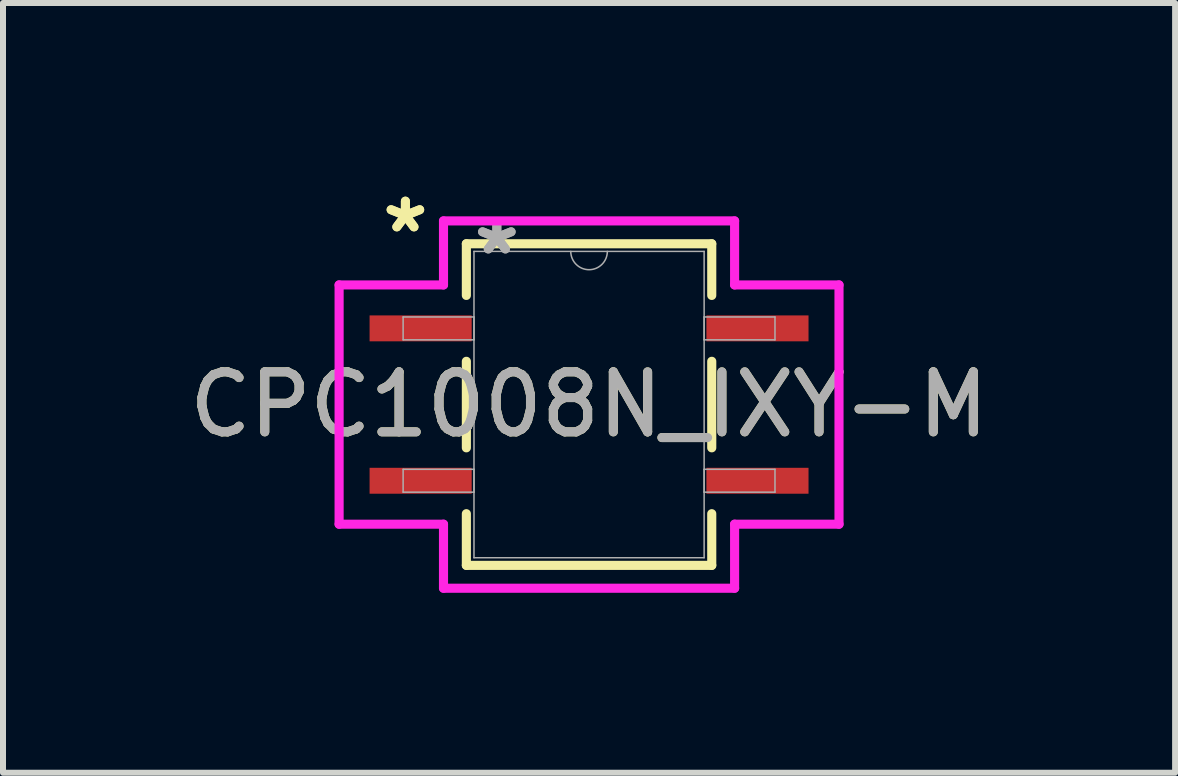
<source format=kicad_pcb>
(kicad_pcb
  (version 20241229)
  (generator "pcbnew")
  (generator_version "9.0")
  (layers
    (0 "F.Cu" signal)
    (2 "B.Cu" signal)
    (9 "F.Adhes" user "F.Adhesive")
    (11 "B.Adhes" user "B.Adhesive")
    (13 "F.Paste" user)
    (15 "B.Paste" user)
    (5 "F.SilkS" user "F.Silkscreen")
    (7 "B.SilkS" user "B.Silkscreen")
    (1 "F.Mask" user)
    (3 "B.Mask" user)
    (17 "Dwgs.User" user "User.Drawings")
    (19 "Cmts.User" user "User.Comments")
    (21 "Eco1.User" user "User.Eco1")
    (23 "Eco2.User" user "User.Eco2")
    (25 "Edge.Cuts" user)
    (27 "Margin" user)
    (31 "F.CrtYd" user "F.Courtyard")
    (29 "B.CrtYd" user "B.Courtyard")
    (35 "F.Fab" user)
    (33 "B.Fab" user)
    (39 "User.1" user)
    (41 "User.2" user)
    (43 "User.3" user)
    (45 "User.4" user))
  (footprint "CPC1008N_IXY-M"
    (layer "F.Cu")
    (at 6.768 3.693)
    (property "Reference" "CPC1008N_IXY-M" (at 0 0 0) (unlocked yes) (layer "F.SilkS") (effects (font (size 1 1) (thickness 0.15))))
    (attr smd)
    (fp_line (start -2.045 -2.68) (end -2.045 -1.819) (stroke (width 0.152) (type solid)) (layer "F.SilkS"))
    (fp_line (start -2.045 -0.721) (end -2.045 0.721) (stroke (width 0.152) (type solid)) (layer "F.SilkS"))
    (fp_line (start -2.045 1.819) (end -2.045 2.68) (stroke (width 0.152) (type solid)) (layer "F.SilkS"))
    (fp_line (start -2.045 2.68) (end 2.045 2.68) (stroke (width 0.152) (type solid)) (layer "F.SilkS"))
    (fp_line (start 2.045 -2.68) (end -2.045 -2.68) (stroke (width 0.152) (type solid)) (layer "F.SilkS"))
    (fp_line (start 2.045 -1.819) (end 2.045 -2.68) (stroke (width 0.152) (type solid)) (layer "F.SilkS"))
    (fp_line (start 2.045 0.721) (end 2.045 -0.721) (stroke (width 0.152) (type solid)) (layer "F.SilkS"))
    (fp_line (start 2.045 2.68) (end 2.045 1.819) (stroke (width 0.152) (type solid)) (layer "F.SilkS"))
    (fp_line (start -4.166 -1.994) (end -2.426 -1.994) (stroke (width 0.152) (type solid)) (layer "F.CrtYd"))
    (fp_line (start -4.166 1.994) (end -4.166 -1.994) (stroke (width 0.152) (type solid)) (layer "F.CrtYd"))
    (fp_line (start -4.166 1.994) (end -2.426 1.994) (stroke (width 0.152) (type solid)) (layer "F.CrtYd"))
    (fp_line (start -2.426 -3.061) (end 2.426 -3.061) (stroke (width 0.152) (type solid)) (layer "F.CrtYd"))
    (fp_line (start -2.426 -1.994) (end -2.426 -3.061) (stroke (width 0.152) (type solid)) (layer "F.CrtYd"))
    (fp_line (start -2.426 3.061) (end -2.426 1.994) (stroke (width 0.152) (type solid)) (layer "F.CrtYd"))
    (fp_line (start 2.426 -3.061) (end 2.426 -1.994) (stroke (width 0.152) (type solid)) (layer "F.CrtYd"))
    (fp_line (start 2.426 1.994) (end 2.426 3.061) (stroke (width 0.152) (type solid)) (layer "F.CrtYd"))
    (fp_line (start 2.426 3.061) (end -2.426 3.061) (stroke (width 0.152) (type solid)) (layer "F.CrtYd"))
    (fp_line (start 4.166 -1.994) (end 2.426 -1.994) (stroke (width 0.152) (type solid)) (layer "F.CrtYd"))
    (fp_line (start 4.166 -1.994) (end 4.166 1.994) (stroke (width 0.152) (type solid)) (layer "F.CrtYd"))
    (fp_line (start 4.166 1.994) (end 2.426 1.994) (stroke (width 0.152) (type solid)) (layer "F.CrtYd"))
    (fp_line (start -3.099 -1.46) (end -3.099 -1.079) (stroke (width 0.025) (type solid)) (layer "F.Fab"))
    (fp_line (start -3.099 -1.079) (end -1.918 -1.079) (stroke (width 0.025) (type solid)) (layer "F.Fab"))
    (fp_line (start -3.099 1.079) (end -3.099 1.46) (stroke (width 0.025) (type solid)) (layer "F.Fab"))
    (fp_line (start -3.099 1.46) (end -1.918 1.46) (stroke (width 0.025) (type solid)) (layer "F.Fab"))
    (fp_line (start -1.918 -2.553) (end -1.918 2.553) (stroke (width 0.025) (type solid)) (layer "F.Fab"))
    (fp_line (start -1.918 -1.46) (end -3.099 -1.46) (stroke (width 0.025) (type solid)) (layer "F.Fab"))
    (fp_line (start -1.918 -1.079) (end -1.918 -1.46) (stroke (width 0.025) (type solid)) (layer "F.Fab"))
    (fp_line (start -1.918 1.079) (end -3.099 1.079) (stroke (width 0.025) (type solid)) (layer "F.Fab"))
    (fp_line (start -1.918 1.46) (end -1.918 1.079) (stroke (width 0.025) (type solid)) (layer "F.Fab"))
    (fp_line (start -1.918 2.553) (end 1.918 2.553) (stroke (width 0.025) (type solid)) (layer "F.Fab"))
    (fp_line (start 1.918 -2.553) (end -1.918 -2.553) (stroke (width 0.025) (type solid)) (layer "F.Fab"))
    (fp_line (start 1.918 -1.46) (end 1.918 -1.079) (stroke (width 0.025) (type solid)) (layer "F.Fab"))
    (fp_line (start 1.918 -1.079) (end 3.099 -1.079) (stroke (width 0.025) (type solid)) (layer "F.Fab"))
    (fp_line (start 1.918 1.079) (end 1.918 1.46) (stroke (width 0.025) (type solid)) (layer "F.Fab"))
    (fp_line (start 1.918 1.46) (end 3.099 1.46) (stroke (width 0.025) (type solid)) (layer "F.Fab"))
    (fp_line (start 1.918 2.553) (end 1.918 -2.553) (stroke (width 0.025) (type solid)) (layer "F.Fab"))
    (fp_line (start 3.099 -1.46) (end 1.918 -1.46) (stroke (width 0.025) (type solid)) (layer "F.Fab"))
    (fp_line (start 3.099 -1.079) (end 3.099 -1.46) (stroke (width 0.025) (type solid)) (layer "F.Fab"))
    (fp_line (start 3.099 1.079) (end 1.918 1.079) (stroke (width 0.025) (type solid)) (layer "F.Fab"))
    (fp_line (start 3.099 1.46) (end 3.099 1.079) (stroke (width 0.025) (type solid)) (layer "F.Fab"))
    (fp_arc (start 0.3048 -2.5527) (mid 0 -2.2479) (end -0.3048 -2.5527) (stroke (width 0.0254) (type solid)) (layer "F.Fab"))
    (fp_text user "*" (at -3.061 -2.845 0) (unlocked yes) (layer "F.SilkS") (effects (font (size 1 1) (thickness 0.15))))
    (fp_text user "*" (at -3.061 -2.845 0) (layer "F.SilkS") (effects (font (size 1 1) (thickness 0.15))))
    (fp_text user "*" (at -1.537 -2.477 0) (layer "F.Fab") (effects (font (size 1 1) (thickness 0.15))))
    (fp_text user "*" (at -1.537 -2.477 0) (unlocked yes) (layer "F.Fab") (effects (font (size 1 1) (thickness 0.15))))
    (fp_text user "${REFERENCE}" (at 0 0 0) (unlocked yes) (layer "F.Fab") (effects (font (size 1 1) (thickness 0.15))))
    (pad "1" smd rect (at -2.807 -1.27) (size 1.702 0.432) (layers "F.Cu" "F.Mask" "F.Paste"))
    (pad "2" smd rect (at -2.807 1.27) (size 1.702 0.432) (layers "F.Cu" "F.Mask" "F.Paste"))
    (pad "3" smd rect (at 2.807 1.27) (size 1.702 0.432) (layers "F.Cu" "F.Mask" "F.Paste"))
    (pad "4" smd rect (at 2.807 -1.27) (size 1.702 0.432) (layers "F.Cu" "F.Mask" "F.Paste")))
  (gr_rect
    (start -3 -3)
    (end 16.536 9.83)
    (stroke (width 0.1) (type default))
    (fill no)
    (layer "Edge.Cuts")))
</source>
